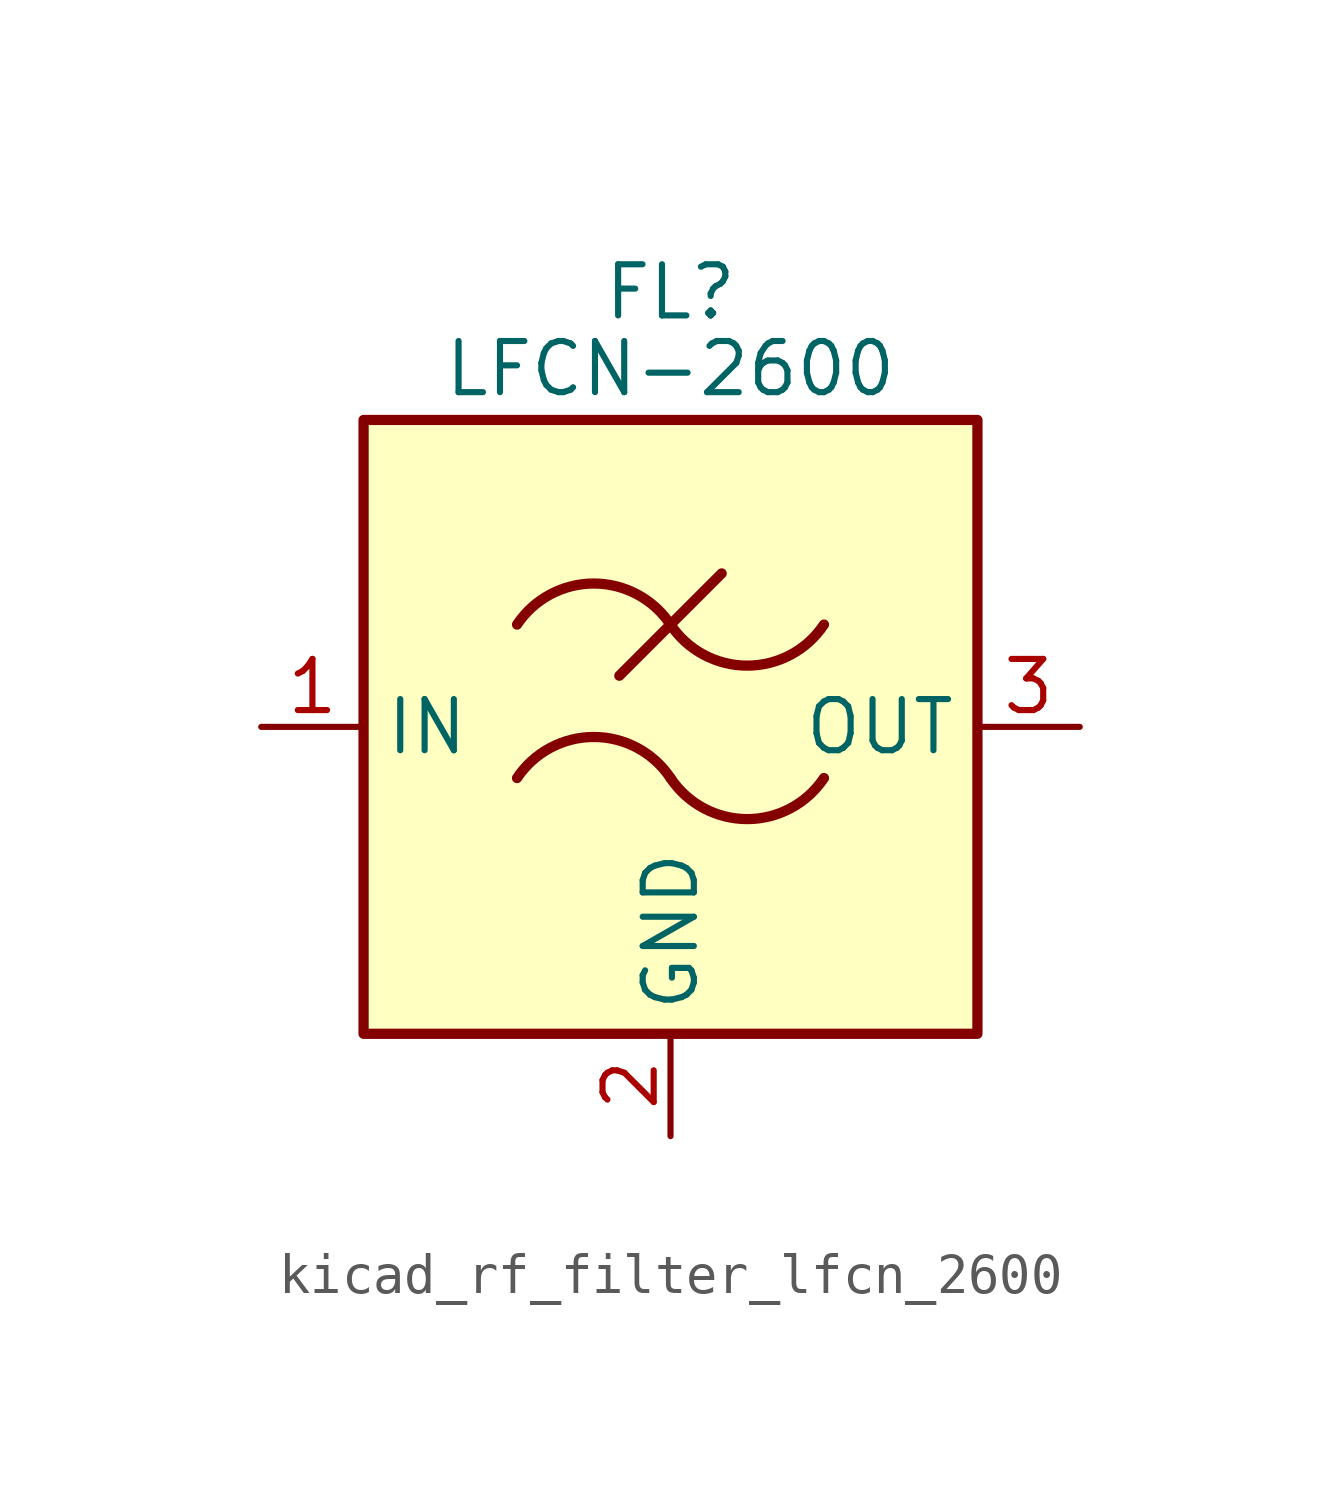
<source format=kicad_sym>
(kicad_symbol_lib
  (version 20220914)
  (generator kicad_symbol_editor)
  (symbol "kicad_rf_filter_lfcn_2600"
    (property "Reference" "FL"
      (at 0 10.795 0)
      (effects (font (size 1.27 1.27))))
    (property "Value" "LFCN-2600"
      (at 0 8.89 0)
      (effects (font (size 1.27 1.27))))
    (symbol "kicad_rf_filter_lfcn_2600_0_1"
      (rectangle (start -7.62 7.62) (end 7.62 -7.62) (stroke (width 0.254) (type default)) (fill (type background)))
      (arc (start 0 -1.27) (mid -1.905 -0.2505) (end -3.81 -1.27) (stroke (width 0.254) (type default)) (fill (type none)))
      (arc (start 0 -1.27) (mid 1.905 -2.2895) (end 3.81 -1.27) (stroke (width 0.254) (type default)) (fill (type none)))
      (polyline (pts (xy -1.27 1.27) (xy 1.27 3.81)) (stroke (width 0.254) (type default)) (fill (type none)))
      (arc (start 0 2.54) (mid -1.905 3.5595) (end -3.81 2.54) (stroke (width 0.254) (type default)) (fill (type none)))
      (arc (start 0 2.54) (mid 1.905 1.5205) (end 3.81 2.54) (stroke (width 0.254) (type default)) (fill (type none))))
    (symbol "kicad_rf_filter_lfcn_2600_1_1"
      (pin passive line (at -10.16 0 0) (length 2.54) (name "IN" (effects (font (size 1.27 1.27)))) (number "1" (effects (font (size 1.27 1.27)))))
      (pin passive line (at 0 -10.16 90) (length 2.54) (name "GND" (effects (font (size 1.27 1.27)))) (number "2" (effects (font (size 1.27 1.27)))))
      (pin passive line (at 10.16 0 180) (length 2.54) (name "OUT" (effects (font (size 1.27 1.27)))) (number "3" (effects (font (size 1.27 1.27)))))
      (pin passive line (at 0 -10.16 90) (length 2.54) hide (name "GND" (effects (font (size 1.27 1.27)))) (number "4" (effects (font (size 1.27 1.27))))))))
</source>
